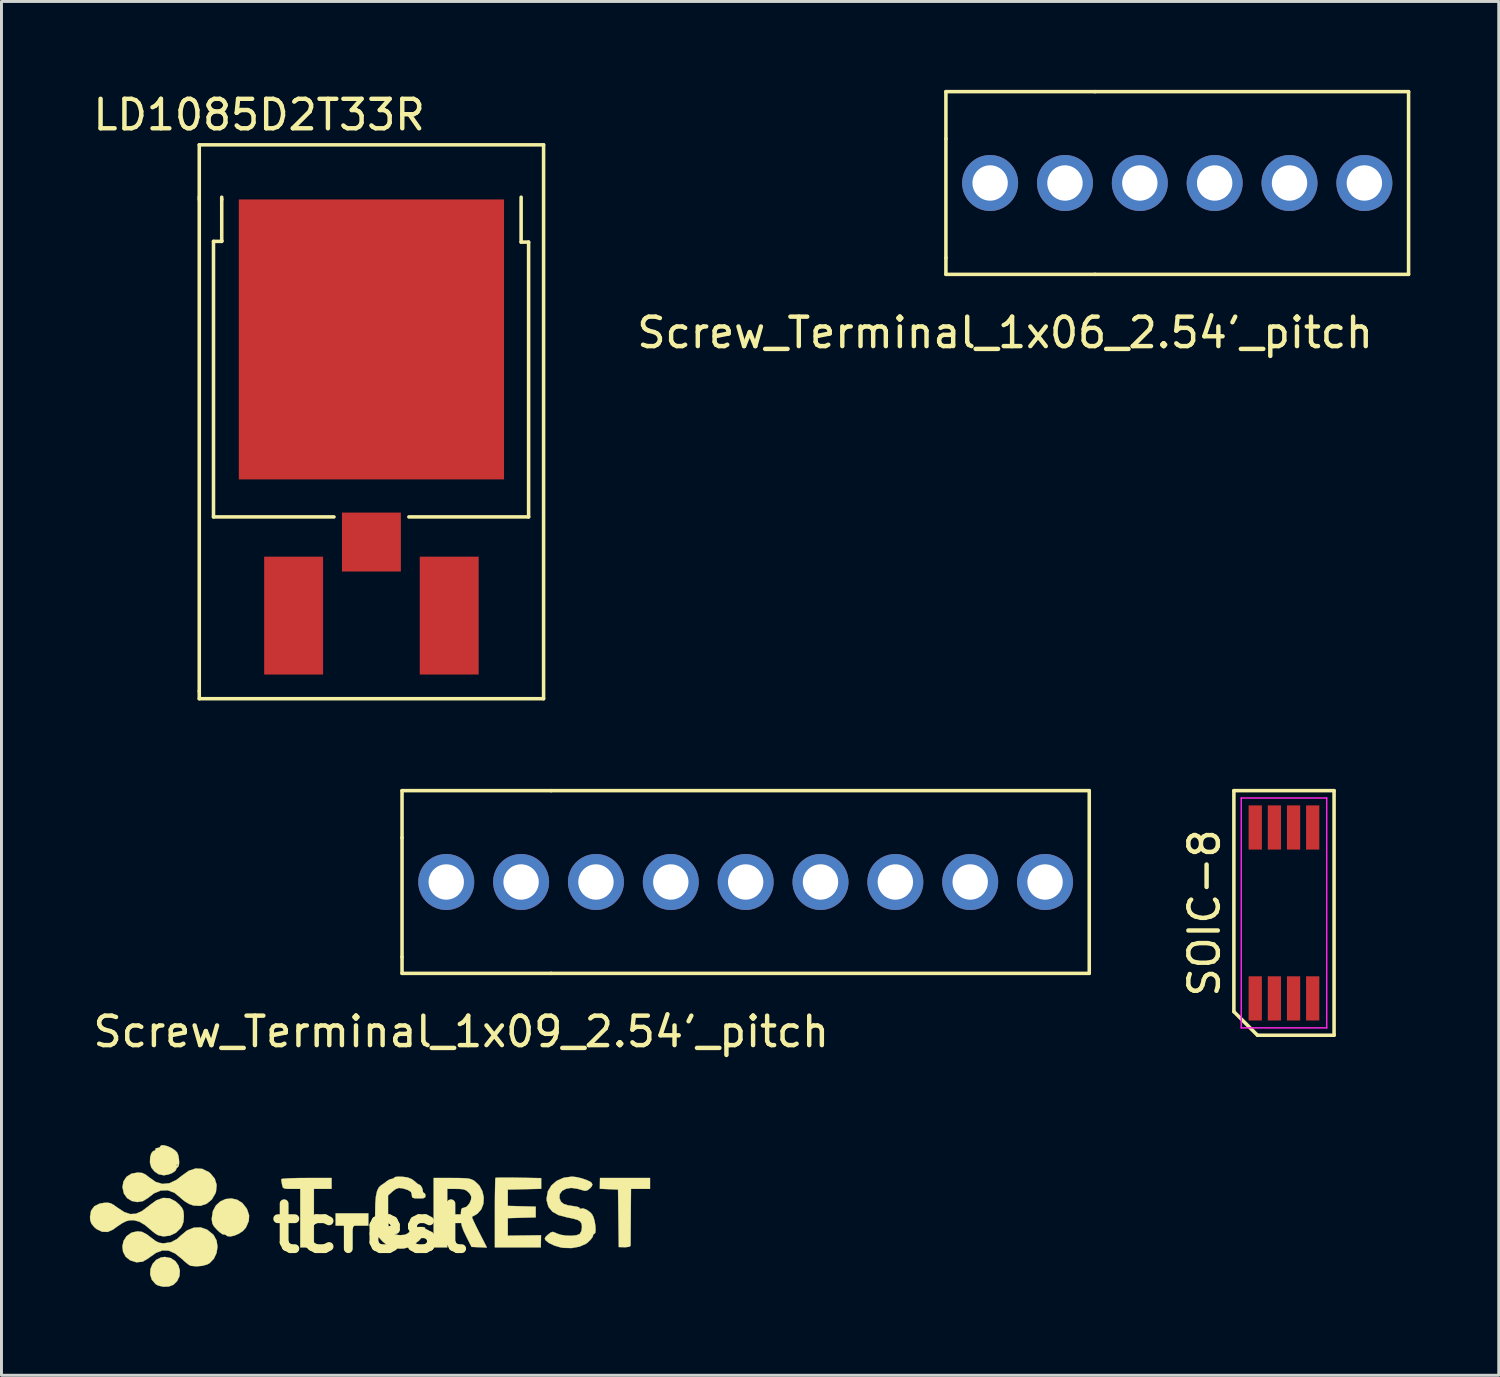
<source format=kicad_pcb>
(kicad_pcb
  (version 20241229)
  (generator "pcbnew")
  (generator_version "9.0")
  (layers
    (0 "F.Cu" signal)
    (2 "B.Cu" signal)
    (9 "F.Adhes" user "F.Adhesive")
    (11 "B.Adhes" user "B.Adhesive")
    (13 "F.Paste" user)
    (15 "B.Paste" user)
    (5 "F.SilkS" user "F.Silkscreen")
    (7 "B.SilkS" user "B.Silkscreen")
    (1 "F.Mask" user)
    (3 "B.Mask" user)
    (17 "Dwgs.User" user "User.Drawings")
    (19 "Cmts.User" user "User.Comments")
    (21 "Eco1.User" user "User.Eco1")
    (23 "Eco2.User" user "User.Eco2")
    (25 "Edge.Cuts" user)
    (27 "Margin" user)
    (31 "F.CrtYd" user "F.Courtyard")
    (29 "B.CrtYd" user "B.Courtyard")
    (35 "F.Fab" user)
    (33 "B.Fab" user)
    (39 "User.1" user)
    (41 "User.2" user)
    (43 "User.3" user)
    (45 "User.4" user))
  (footprint "Screw_Terminal_1x09_2.54'_pitch"
    (layer "F.Cu")
    (at 12.093 26.88)
    (property "Reference" "Screw_Terminal_1x09_2.54'_pitch" (at 0.508 5.08 0) (layer "F.SilkS") (effects (font (size 1 1) (thickness 0.15))))
    (attr through_hole)
    (fp_line (start -1.5 -3.1) (end 3.556 -3.1) (stroke (width 0.12) (type solid)) (layer "F.SilkS"))
    (fp_line (start -1.5 -1.5) (end -1.5 -3.1) (stroke (width 0.12) (type solid)) (layer "F.SilkS"))
    (fp_line (start -1.5 -1.5) (end -1.5 2.54) (stroke (width 0.12) (type solid)) (layer "F.SilkS"))
    (fp_line (start -1.5 2.54) (end -1.5 3.1) (stroke (width 0.12) (type solid)) (layer "F.SilkS"))
    (fp_line (start -1.5 3.1) (end 3.556 3.1) (stroke (width 0.12) (type solid)) (layer "F.SilkS"))
    (fp_line (start 3.556 -3.1) (end 21.82 -3.1) (stroke (width 0.12) (type solid)) (layer "F.SilkS"))
    (fp_line (start 3.556 3.1) (end 21.82 3.1) (stroke (width 0.12) (type solid)) (layer "F.SilkS"))
    (fp_line (start 21.82 -3.1) (end 21.82 3.1) (stroke (width 0.12) (type solid)) (layer "F.SilkS"))
    (pad "1" thru_hole circle (at 0 0) (size 1.9 1.9) (drill 1.2) (layers "*.Cu" "*.Mask"))
    (pad "2" thru_hole circle (at 2.54 0) (size 1.9 1.9) (drill 1.2) (layers "*.Cu" "*.Mask"))
    (pad "3" thru_hole circle (at 5.08 0) (size 1.9 1.9) (drill 1.2) (layers "*.Cu" "*.Mask"))
    (pad "4" thru_hole circle (at 7.62 0) (size 1.9 1.9) (drill 1.2) (layers "*.Cu" "*.Mask"))
    (pad "5" thru_hole circle (at 10.16 0) (size 1.9 1.9) (drill 1.2) (layers "*.Cu" "*.Mask"))
    (pad "6" thru_hole circle (at 12.7 0) (size 1.9 1.9) (drill 1.2) (layers "*.Cu" "*.Mask"))
    (pad "7" thru_hole circle (at 15.24 0) (size 1.9 1.9) (drill 1.2) (layers "*.Cu" "*.Mask"))
    (pad "8" thru_hole circle (at 17.78 0) (size 1.9 1.9) (drill 1.2) (layers "*.Cu" "*.Mask"))
    (pad "9" thru_hole circle (at 20.32 0) (size 1.9 1.9) (drill 1.2) (layers "*.Cu" "*.Mask")))
  (footprint "tcrest"
    (layer "F.Cu")
    (at 9.495 38.633)
    (property "Reference" "tcrest" (at 0 0 0) (layer "F.SilkS") (effects (font (size 1.524 1.524) (thickness 0.3))))
    (attr through_hole)
    (fp_poly (pts (xy -0.046 -0.092) (xy -1.155 -0.092) (xy -1.155 -0.508) (xy -0.046 -0.508) (xy -0.046 -0.092)) (stroke (width 0.01) (type solid)) (fill yes) (layer "F.SilkS"))
    (fp_poly (pts (xy -6.751 1.009) (xy -6.595 1.112) (xy -6.49 1.262) (xy -6.441 1.437) (xy -6.454 1.621) (xy -6.535 1.792) (xy -6.66 1.914) (xy -6.814 1.974) (xy -7.002 1.982) (xy -7.18 1.94) (xy -7.266 1.891) (xy -7.394 1.74) (xy -7.45 1.563) (xy -7.439 1.379) (xy -7.369 1.208) (xy -7.247 1.071) (xy -7.08 0.987) (xy -6.95 0.97) (xy -6.751 1.009)) (stroke (width 0.01) (type solid)) (fill yes) (layer "F.SilkS"))
    (fp_poly (pts (xy -1.293 -1.339) (xy -1.893 -1.339) (xy -1.893 0.647) (xy -2.355 0.647) (xy -2.355 -1.339) (xy -2.65 -1.339) (xy -2.809 -1.341) (xy -2.9 -1.354) (xy -2.945 -1.387) (xy -2.966 -1.452) (xy -2.973 -1.484) (xy -2.993 -1.597) (xy -3.002 -1.668) (xy -3.002 -1.668) (xy -2.958 -1.681) (xy -2.836 -1.692) (xy -2.651 -1.701) (xy -2.416 -1.707) (xy -2.147 -1.709) (xy -1.293 -1.709) (xy -1.293 -1.339)) (stroke (width 0.01) (type solid)) (fill yes) (layer "F.SilkS"))
    (fp_poly (pts (xy 9.513 -1.339) (xy 8.867 -1.339) (xy 8.86 -0.404) (xy 8.858 -0.117) (xy 8.856 0.14) (xy 8.855 0.352) (xy 8.854 0.504) (xy 8.854 0.582) (xy 8.854 0.587) (xy 8.812 0.625) (xy 8.688 0.639) (xy 8.655 0.639) (xy 8.453 0.635) (xy 8.441 -0.341) (xy 8.428 -1.316) (xy 8.119 -1.33) (xy 7.811 -1.343) (xy 7.813 -1.526) (xy 7.816 -1.709) (xy 9.513 -1.709) (xy 9.513 -1.339)) (stroke (width 0.01) (type solid)) (fill yes) (layer "F.SilkS"))
    (fp_poly (pts (xy 4.866 -1.721) (xy 5.053 -1.718) (xy 5.819 -1.704) (xy 5.819 -1.342) (xy 4.687 -1.316) (xy 4.687 -0.762) (xy 5.161 -0.749) (xy 5.634 -0.736) (xy 5.634 -0.373) (xy 5.161 -0.36) (xy 4.687 -0.346) (xy 4.687 0.249) (xy 5.815 0.234) (xy 5.811 0.44) (xy 5.807 0.647) (xy 4.249 0.647) (xy 4.249 -0.523) (xy 4.249 -0.842) (xy 4.251 -1.13) (xy 4.255 -1.373) (xy 4.259 -1.56) (xy 4.263 -1.677) (xy 4.268 -1.713) (xy 4.318 -1.718) (xy 4.445 -1.722) (xy 4.633 -1.722) (xy 4.866 -1.721)) (stroke (width 0.01) (type solid)) (fill yes) (layer "F.SilkS"))
    (fp_poly (pts (xy -4.501 -0.972) (xy -4.323 -0.861) (xy -4.179 -0.68) (xy -4.157 -0.637) (xy -4.092 -0.44) (xy -4.102 -0.252) (xy -4.189 -0.048) (xy -4.208 -0.016) (xy -4.304 0.09) (xy -4.438 0.18) (xy -4.588 0.245) (xy -4.728 0.275) (xy -4.835 0.262) (xy -4.873 0.23) (xy -4.929 0.204) (xy -4.946 0.211) (xy -5.001 0.196) (xy -5.094 0.129) (xy -5.174 0.055) (xy -5.282 -0.063) (xy -5.337 -0.161) (xy -5.356 -0.279) (xy -5.357 -0.35) (xy -5.32 -0.587) (xy -5.219 -0.776) (xy -5.07 -0.913) (xy -4.89 -0.993) (xy -4.695 -1.014) (xy -4.501 -0.972)) (stroke (width 0.01) (type solid)) (fill yes) (layer "F.SilkS"))
    (fp_poly (pts (xy -5.683 -2.018) (xy -5.466 -1.913) (xy -5.408 -1.867) (xy -5.258 -1.687) (xy -5.193 -1.475) (xy -5.216 -1.245) (xy -5.235 -1.187) (xy -5.359 -0.977) (xy -5.535 -0.833) (xy -5.746 -0.763) (xy -5.975 -0.774) (xy -6.119 -0.824) (xy -6.267 -0.911) (xy -6.398 -1.015) (xy -6.419 -1.037) (xy -6.628 -1.209) (xy -6.852 -1.292) (xy -7.085 -1.284) (xy -7.322 -1.187) (xy -7.527 -1.028) (xy -7.696 -0.924) (xy -7.886 -0.892) (xy -8.073 -0.928) (xy -8.234 -1.029) (xy -8.341 -1.183) (xy -8.389 -1.398) (xy -8.355 -1.592) (xy -8.25 -1.75) (xy -8.084 -1.855) (xy -7.871 -1.893) (xy -7.723 -1.88) (xy -7.604 -1.826) (xy -7.493 -1.737) (xy -7.264 -1.576) (xy -7.032 -1.507) (xy -6.797 -1.53) (xy -6.555 -1.645) (xy -6.377 -1.783) (xy -6.14 -1.953) (xy -5.908 -2.031) (xy -5.683 -2.018)) (stroke (width 0.01) (type solid)) (fill yes) (layer "F.SilkS"))
    (fp_poly (pts (xy -6.864 -2.788) (xy -6.732 -2.729) (xy -6.613 -2.652) (xy -6.535 -2.573) (xy -6.496 -2.48) (xy -6.473 -2.354) (xy -6.466 -2.225) (xy -6.478 -2.123) (xy -6.509 -2.078) (xy -6.512 -2.078) (xy -6.554 -2.042) (xy -6.558 -2.019) (xy -6.599 -1.947) (xy -6.703 -1.877) (xy -6.841 -1.824) (xy -6.985 -1.801) (xy -6.991 -1.801) (xy -7.167 -1.838) (xy -7.299 -1.928) (xy -7.41 -2.063) (xy -7.433 -2.147) (xy -6.558 -2.147) (xy -6.535 -2.124) (xy -6.512 -2.147) (xy -6.535 -2.171) (xy -6.558 -2.147) (xy -7.433 -2.147) (xy -7.455 -2.226) (xy -7.456 -2.238) (xy -7.45 -2.41) (xy -7.411 -2.545) (xy -7.347 -2.623) (xy -7.31 -2.632) (xy -7.268 -2.657) (xy -7.274 -2.679) (xy -7.259 -2.715) (xy -7.207 -2.725) (xy -7.131 -2.744) (xy -7.112 -2.771) (xy -7.077 -2.816) (xy -6.987 -2.819) (xy -6.864 -2.788)) (stroke (width 0.01) (type solid)) (fill yes) (layer "F.SilkS"))
    (fp_poly (pts (xy -5.519 0.043) (xy -5.319 0.204) (xy -5.293 0.233) (xy -5.195 0.414) (xy -5.165 0.624) (xy -5.197 0.837) (xy -5.287 1.029) (xy -5.428 1.177) (xy -5.518 1.227) (xy -5.69 1.273) (xy -5.887 1.289) (xy -6.059 1.272) (xy -6.096 1.261) (xy -6.165 1.217) (xy -6.273 1.128) (xy -6.373 1.036) (xy -6.601 0.853) (xy -6.816 0.757) (xy -7.029 0.749) (xy -7.25 0.83) (xy -7.489 0.998) (xy -7.518 1.022) (xy -7.706 1.131) (xy -7.915 1.152) (xy -8.13 1.084) (xy -8.282 0.961) (xy -8.369 0.796) (xy -8.391 0.611) (xy -8.353 0.429) (xy -8.254 0.271) (xy -8.099 0.157) (xy -8.035 0.133) (xy -7.872 0.102) (xy -7.725 0.121) (xy -7.571 0.199) (xy -7.407 0.323) (xy -7.263 0.432) (xy -7.146 0.488) (xy -7.022 0.507) (xy -6.984 0.508) (xy -6.739 0.471) (xy -6.528 0.356) (xy -6.419 0.254) (xy -6.202 0.073) (xy -5.972 -0.022) (xy -5.741 -0.033) (xy -5.519 0.043)) (stroke (width 0.01) (type solid)) (fill yes) (layer "F.SilkS"))
    (fp_poly (pts (xy 3.042 -1.707) (xy 3.222 -1.702) (xy 3.348 -1.69) (xy 3.438 -1.668) (xy 3.511 -1.635) (xy 3.561 -1.604) (xy 3.722 -1.451) (xy 3.825 -1.258) (xy 3.871 -1.046) (xy 3.859 -0.835) (xy 3.787 -0.645) (xy 3.656 -0.498) (xy 3.593 -0.459) (xy 3.507 -0.412) (xy 3.47 -0.389) (xy 3.483 -0.345) (xy 3.532 -0.235) (xy 3.608 -0.075) (xy 3.705 0.118) (xy 3.716 0.139) (xy 3.978 0.652) (xy 3.717 0.641) (xy 3.457 0.63) (xy 3.275 0.27) (xy 3.182 0.074) (xy 3.127 -0.077) (xy 3.101 -0.218) (xy 3.094 -0.384) (xy 3.094 -0.392) (xy 3.097 -0.555) (xy 3.111 -0.647) (xy 3.14 -0.686) (xy 3.179 -0.693) (xy 3.292 -0.735) (xy 3.388 -0.847) (xy 3.441 -0.979) (xy 3.446 -1.087) (xy 3.389 -1.186) (xy 3.355 -1.221) (xy 3.276 -1.287) (xy 3.188 -1.323) (xy 3.06 -1.337) (xy 2.935 -1.339) (xy 2.632 -1.339) (xy 2.632 0.647) (xy 2.171 0.647) (xy 2.171 -1.709) (xy 2.787 -1.709) (xy 3.042 -1.707)) (stroke (width 0.01) (type solid)) (fill yes) (layer "F.SilkS"))
    (fp_poly (pts (xy -6.795 -1.02) (xy -6.589 -0.917) (xy -6.466 -0.809) (xy -6.369 -0.696) (xy -6.322 -0.59) (xy -6.307 -0.448) (xy -6.306 -0.404) (xy -6.32 -0.216) (xy -6.373 -0.072) (xy -6.415 -0.006) (xy -6.578 0.152) (xy -6.783 0.248) (xy -7.003 0.273) (xy -7.181 0.233) (xy -7.275 0.177) (xy -7.388 0.087) (xy -7.412 0.066) (xy -7.627 -0.116) (xy -7.814 -0.225) (xy -7.99 -0.273) (xy -8.059 -0.277) (xy -8.168 -0.269) (xy -8.274 -0.239) (xy -8.396 -0.177) (xy -8.553 -0.073) (xy -8.719 0.047) (xy -8.893 0.122) (xy -9.081 0.115) (xy -9.266 0.026) (xy -9.345 -0.041) (xy -9.443 -0.16) (xy -9.484 -0.282) (xy -9.49 -0.392) (xy -9.454 -0.599) (xy -9.346 -0.748) (xy -9.167 -0.838) (xy -9.021 -0.864) (xy -8.892 -0.87) (xy -8.792 -0.851) (xy -8.687 -0.795) (xy -8.553 -0.698) (xy -8.328 -0.552) (xy -8.127 -0.484) (xy -7.933 -0.494) (xy -7.731 -0.583) (xy -7.504 -0.753) (xy -7.471 -0.782) (xy -7.234 -0.953) (xy -7.009 -1.032) (xy -6.795 -1.02)) (stroke (width 0.01) (type solid)) (fill yes) (layer "F.SilkS"))
    (fp_poly (pts (xy 7.012 -1.739) (xy 7.187 -1.699) (xy 7.354 -1.643) (xy 7.482 -1.583) (xy 7.529 -1.546) (xy 7.559 -1.484) (xy 7.528 -1.415) (xy 7.484 -1.365) (xy 7.39 -1.293) (xy 7.307 -1.272) (xy 7.304 -1.273) (xy 7.212 -1.297) (xy 7.078 -1.335) (xy 7.04 -1.346) (xy 6.843 -1.373) (xy 6.668 -1.346) (xy 6.531 -1.273) (xy 6.449 -1.163) (xy 6.44 -1.027) (xy 6.441 -1.024) (xy 6.489 -0.907) (xy 6.58 -0.83) (xy 6.73 -0.781) (xy 6.887 -0.758) (xy 7.041 -0.733) (xy 7.12 -0.702) (xy 7.127 -0.68) (xy 7.127 -0.655) (xy 7.154 -0.667) (xy 7.247 -0.676) (xy 7.368 -0.629) (xy 7.489 -0.54) (xy 7.548 -0.473) (xy 7.597 -0.374) (xy 7.635 -0.236) (xy 7.659 -0.085) (xy 7.667 0.053) (xy 7.656 0.151) (xy 7.626 0.185) (xy 7.584 0.208) (xy 7.585 0.219) (xy 7.567 0.289) (xy 7.495 0.387) (xy 7.392 0.485) (xy 7.337 0.525) (xy 7.119 0.621) (xy 6.853 0.669) (xy 6.574 0.662) (xy 6.481 0.647) (xy 6.263 0.583) (xy 6.079 0.494) (xy 5.964 0.401) (xy 5.941 0.346) (xy 5.977 0.282) (xy 6.052 0.213) (xy 6.147 0.139) (xy 6.215 0.119) (xy 6.296 0.148) (xy 6.342 0.171) (xy 6.481 0.219) (xy 6.66 0.246) (xy 6.848 0.251) (xy 7.012 0.235) (xy 7.122 0.195) (xy 7.128 0.191) (xy 7.185 0.093) (xy 7.204 -0.044) (xy 7.192 -0.153) (xy 7.147 -0.231) (xy 7.052 -0.288) (xy 6.892 -0.334) (xy 6.703 -0.371) (xy 6.411 -0.448) (xy 6.2 -0.566) (xy 6.067 -0.728) (xy 6.008 -0.938) (xy 6.004 -1.02) (xy 6.046 -1.254) (xy 6.166 -1.456) (xy 6.35 -1.614) (xy 6.585 -1.717) (xy 6.859 -1.755) (xy 6.861 -1.755) (xy 7.012 -1.739)) (stroke (width 0.01) (type solid)) (fill yes) (layer "F.SilkS"))
    (fp_poly (pts (xy 1.121 -1.749) (xy 1.274 -1.729) (xy 1.288 -1.726) (xy 1.428 -1.67) (xy 1.536 -1.588) (xy 1.623 -1.512) (xy 1.69 -1.479) (xy 1.692 -1.479) (xy 1.741 -1.439) (xy 1.786 -1.352) (xy 1.807 -1.257) (xy 1.806 -1.235) (xy 1.836 -1.202) (xy 1.847 -1.201) (xy 1.885 -1.162) (xy 1.893 -1.108) (xy 1.881 -1.053) (xy 1.83 -1.025) (xy 1.716 -1.016) (xy 1.663 -1.016) (xy 1.526 -1.02) (xy 1.457 -1.039) (xy 1.434 -1.085) (xy 1.432 -1.133) (xy 1.401 -1.236) (xy 1.305 -1.298) (xy 1.122 -1.358) (xy 0.992 -1.371) (xy 0.884 -1.335) (xy 0.779 -1.255) (xy 0.623 -1.116) (xy 0.623 -0.562) (xy 0.625 -0.325) (xy 0.63 -0.162) (xy 0.643 -0.053) (xy 0.667 0.02) (xy 0.704 0.077) (xy 0.735 0.112) (xy 0.84 0.194) (xy 0.969 0.228) (xy 1.051 0.231) (xy 1.199 0.218) (xy 1.302 0.166) (xy 1.377 0.092) (xy 1.478 -0.001) (xy 1.589 -0.04) (xy 1.701 -0.046) (xy 1.826 -0.043) (xy 1.879 -0.022) (xy 1.883 0.032) (xy 1.872 0.081) (xy 1.801 0.264) (xy 1.675 0.416) (xy 1.488 0.554) (xy 1.313 0.646) (xy 1.149 0.684) (xy 1.039 0.688) (xy 0.89 0.681) (xy 0.773 0.667) (xy 0.739 0.659) (xy 0.599 0.578) (xy 0.445 0.451) (xy 0.315 0.309) (xy 0.278 0.255) (xy 0.239 0.181) (xy 0.212 0.095) (xy 0.196 -0.021) (xy 0.188 -0.187) (xy 0.185 -0.421) (xy 0.185 -0.503) (xy 0.191 -0.831) (xy 0.211 -1.079) (xy 0.249 -1.258) (xy 0.305 -1.381) (xy 0.385 -1.46) (xy 0.408 -1.474) (xy 0.519 -1.549) (xy 0.573 -1.596) (xy 0.674 -1.659) (xy 0.738 -1.675) (xy 0.814 -1.696) (xy 0.831 -1.719) (xy 0.872 -1.743) (xy 0.978 -1.754) (xy 1.121 -1.749)) (stroke (width 0.01) (type solid)) (fill yes) (layer "F.SilkS")))
  (footprint "SOIC-8"
    (layer "F.Cu")
    (at 40.521 27.93)
    (property "Reference" "SOIC-8" (at -2.7 0 90) (layer "F.SilkS") (effects (font (size 1 1) (thickness 0.15))))
    (attr smd)
    (fp_line (start -1.7 -4.15) (end 1.7 -4.15) (stroke (width 0.12) (type solid)) (layer "F.SilkS"))
    (fp_line (start -1.7 3.35) (end -1.7 -4.15) (stroke (width 0.12) (type solid)) (layer "F.SilkS"))
    (fp_line (start -0.9 4.15) (end -1.7 3.35) (stroke (width 0.12) (type solid)) (layer "F.SilkS"))
    (fp_line (start 1.7 -4.15) (end 1.7 4.15) (stroke (width 0.12) (type solid)) (layer "F.SilkS"))
    (fp_line (start 1.7 4.15) (end -0.9 4.15) (stroke (width 0.12) (type solid)) (layer "F.SilkS"))
    (fp_line (start -1.45 -3.9) (end 1.45 -3.9) (stroke (width 0.05) (type solid)) (layer "F.CrtYd"))
    (fp_line (start -1.45 3.9) (end -1.45 -3.9) (stroke (width 0.05) (type solid)) (layer "F.CrtYd"))
    (fp_line (start 1.45 -3.9) (end 1.45 3.9) (stroke (width 0.05) (type solid)) (layer "F.CrtYd"))
    (fp_line (start 1.45 3.9) (end -1.45 3.9) (stroke (width 0.05) (type solid)) (layer "F.CrtYd"))
    (pad "1" smd rect (at -0.975 2.9) (size 0.45 1.5) (layers "F.Cu" "F.Mask" "F.Paste"))
    (pad "2" smd rect (at -0.325 2.9) (size 0.45 1.5) (layers "F.Cu" "F.Mask" "F.Paste"))
    (pad "3" smd rect (at 0.325 2.9) (size 0.45 1.5) (layers "F.Cu" "F.Mask" "F.Paste"))
    (pad "4" smd rect (at 0.975 2.9) (size 0.45 1.5) (layers "F.Cu" "F.Mask" "F.Paste"))
    (pad "5" smd rect (at 0.975 -2.9) (size 0.45 1.5) (layers "F.Cu" "F.Mask" "F.Paste"))
    (pad "6" smd rect (at 0.325 -2.9) (size 0.45 1.5) (layers "F.Cu" "F.Mask" "F.Paste"))
    (pad "7" smd rect (at -0.325 -2.9) (size 0.45 1.5) (layers "F.Cu" "F.Mask" "F.Paste"))
    (pad "8" smd rect (at -0.975 -2.9) (size 0.45 1.5) (layers "F.Cu" "F.Mask" "F.Paste")))
  (footprint "Screw_Terminal_1x06_2.54'_pitch"
    (layer "F.Cu")
    (at 30.549 3.16)
    (property "Reference" "Screw_Terminal_1x06_2.54'_pitch" (at 0.508 5.08 0) (layer "F.SilkS") (effects (font (size 1 1) (thickness 0.15))))
    (attr through_hole)
    (fp_line (start -1.5 -3.1) (end 3.556 -3.1) (stroke (width 0.12) (type solid)) (layer "F.SilkS"))
    (fp_line (start -1.5 -1.5) (end -1.5 -3.1) (stroke (width 0.12) (type solid)) (layer "F.SilkS"))
    (fp_line (start -1.5 -1.5) (end -1.5 2.54) (stroke (width 0.12) (type solid)) (layer "F.SilkS"))
    (fp_line (start -1.5 2.54) (end -1.5 3.1) (stroke (width 0.12) (type solid)) (layer "F.SilkS"))
    (fp_line (start -1.5 3.1) (end 3.556 3.1) (stroke (width 0.12) (type solid)) (layer "F.SilkS"))
    (fp_line (start 3.556 -3.1) (end 14.2 -3.1) (stroke (width 0.12) (type solid)) (layer "F.SilkS"))
    (fp_line (start 3.556 3.1) (end 14.2 3.1) (stroke (width 0.12) (type solid)) (layer "F.SilkS"))
    (fp_line (start 14.2 -3.1) (end 14.2 3.1) (stroke (width 0.12) (type solid)) (layer "F.SilkS"))
    (pad "1" thru_hole circle (at 0 0) (size 1.9 1.9) (drill 1.2) (layers "*.Cu" "*.Mask"))
    (pad "2" thru_hole circle (at 2.54 0) (size 1.9 1.9) (drill 1.2) (layers "*.Cu" "*.Mask"))
    (pad "3" thru_hole circle (at 5.08 0) (size 1.9 1.9) (drill 1.2) (layers "*.Cu" "*.Mask"))
    (pad "4" thru_hole circle (at 7.62 0) (size 1.9 1.9) (drill 1.2) (layers "*.Cu" "*.Mask"))
    (pad "5" thru_hole circle (at 10.16 0) (size 1.9 1.9) (drill 1.2) (layers "*.Cu" "*.Mask"))
    (pad "6" thru_hole circle (at 12.7 0) (size 1.9 1.9) (drill 1.2) (layers "*.Cu" "*.Mask")))
  (footprint "LD1085D2T33R"
    (layer "F.Cu")
    (at 9.554 8.468)
    (property "Reference" "LD1085D2T33R" (at -3.81 -7.62 0) (layer "F.SilkS") (effects (font (size 1 1) (thickness 0.15))))
    (attr through_hole)
    (fp_line (start -5.842 -6.604) (end 5.842 -6.604) (stroke (width 0.12) (type solid)) (layer "F.SilkS"))
    (fp_line (start -5.842 -4.826) (end -5.842 -6.604) (stroke (width 0.12) (type solid)) (layer "F.SilkS"))
    (fp_line (start -5.842 -4.75) (end -5.842 -4.826) (stroke (width 0.12) (type solid)) (layer "F.SilkS"))
    (fp_line (start -5.842 -4.75) (end -5.842 11.938) (stroke (width 0.12) (type solid)) (layer "F.SilkS"))
    (fp_line (start -5.842 12.192) (end -5.842 11.938) (stroke (width 0.12) (type solid)) (layer "F.SilkS"))
    (fp_line (start -5.359 -3.327) (end -5.359 6.023) (stroke (width 0.12) (type solid)) (layer "F.SilkS"))
    (fp_line (start -5.359 6.023) (end -1.27 6.023) (stroke (width 0.12) (type solid)) (layer "F.SilkS"))
    (fp_line (start -5.08 -4.75) (end -5.08 -4.826) (stroke (width 0.12) (type solid)) (layer "F.SilkS"))
    (fp_line (start -5.08 -4.75) (end -5.08 -3.35) (stroke (width 0.12) (type solid)) (layer "F.SilkS"))
    (fp_line (start -5.08 -3.35) (end -5.08 -3.327) (stroke (width 0.12) (type solid)) (layer "F.SilkS"))
    (fp_line (start -5.08 -3.327) (end -5.359 -3.327) (stroke (width 0.12) (type solid)) (layer "F.SilkS"))
    (fp_line (start 1.27 6.023) (end 5.334 6.023) (stroke (width 0.12) (type solid)) (layer "F.SilkS"))
    (fp_line (start 5.08 -4.826) (end 5.08 -3.302) (stroke (width 0.12) (type solid)) (layer "F.SilkS"))
    (fp_line (start 5.08 -3.302) (end 5.334 -3.302) (stroke (width 0.12) (type solid)) (layer "F.SilkS"))
    (fp_line (start 5.334 -3.302) (end 5.334 6.023) (stroke (width 0.12) (type solid)) (layer "F.SilkS"))
    (fp_line (start 5.842 -6.604) (end 5.842 12.192) (stroke (width 0.12) (type solid)) (layer "F.SilkS"))
    (fp_line (start 5.842 12.192) (end -5.842 12.192) (stroke (width 0.12) (type solid)) (layer "F.SilkS"))
    (pad "1" smd rect (at 0 0) (size 9 9.5) (layers "F.Cu" "F.Mask" "F.Paste"))
    (pad "2" smd rect (at -2.64 9.372) (size 2 4) (layers "F.Cu" "F.Mask" "F.Paste"))
    (pad "3" smd trapezoid (at 0 6.876) (size 2 2) (layers "F.Cu" "F.Mask" "F.Paste"))
    (pad "4" smd rect (at 2.64 9.372) (size 2 4) (layers "F.Cu" "F.Mask" "F.Paste")))
  (gr_rect
    (start -3 -3)
    (end 47.809 43.62)
    (stroke (width 0.1) (type default))
    (fill no)
    (layer "Edge.Cuts")))
</source>
